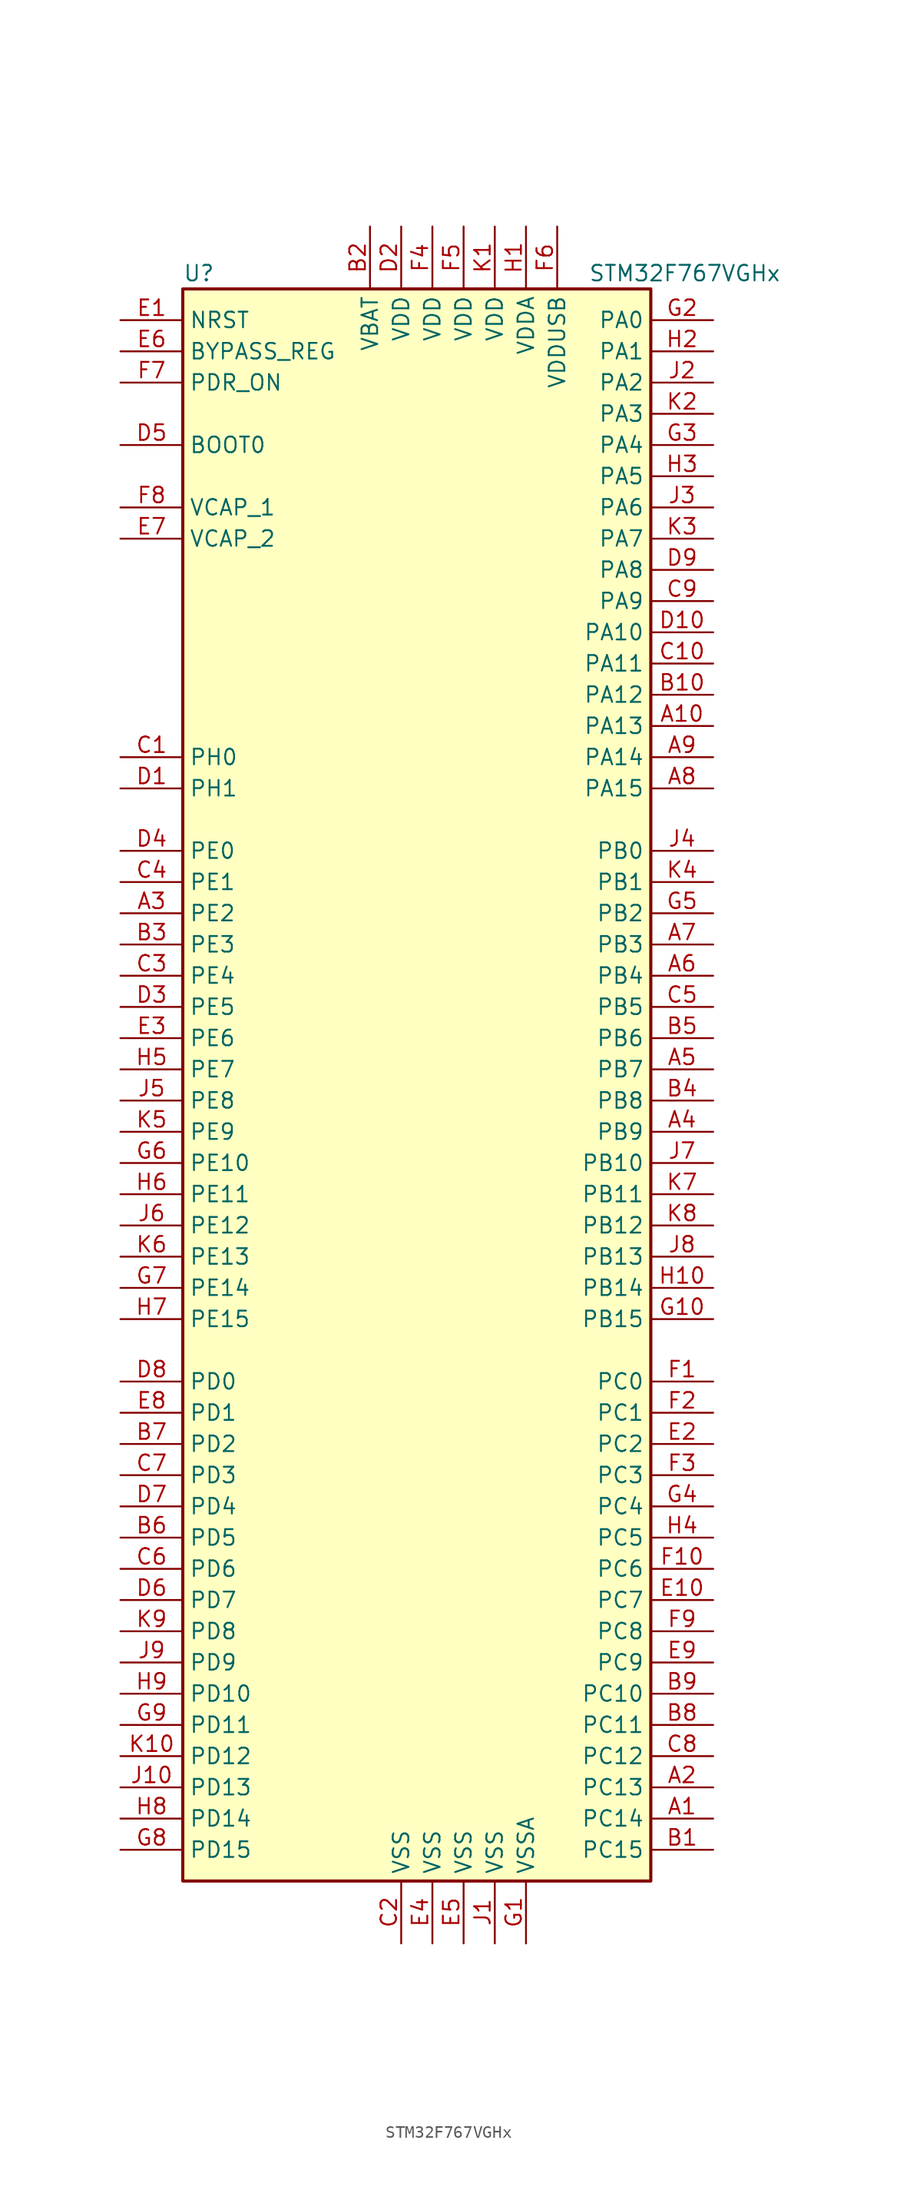
<source format=kicad_sym>
(kicad_symbol_lib
  (version 20201005)
  (generator kicad_symbol_editor)
  (symbol "MCU_ST_STM32F7:STM32F767VGHx"
    (property "Reference" "U"
      (at -20.32 64.77 0)
      (effects (font (size 1.27 1.27)) (justify left)))
    (property "Value" "STM32F767VGHx"
      (at 12.7 64.77 0)
      (effects (font (size 1.27 1.27)) (justify left)))
    (symbol "STM32F767VGHx_0_1"
      (rectangle (start -20.32 -66.04) (end 17.78 63.5) (stroke (width 0.254)) (fill (type background))))
    (symbol "STM32F767VGHx_1_1"
      (pin input line (at -25.4 50.8 0) (length 5.08) (name "BOOT0" (effects (font (size 1.27 1.27)))) (number "D5" (effects (font (size 1.27 1.27)))))
      (pin input line (at -25.4 58.42 0) (length 5.08) (name "BYPASS_REG" (effects (font (size 1.27 1.27)))) (number "E6" (effects (font (size 1.27 1.27)))))
      (pin input line (at -25.4 60.96 0) (length 5.08) (name "NRST" (effects (font (size 1.27 1.27)))) (number "E1" (effects (font (size 1.27 1.27)))))
      (pin bidirectional line (at 22.86 60.96 180) (length 5.08) (name "PA0" (effects (font (size 1.27 1.27)))) (number "G2" (effects (font (size 1.27 1.27)))))
      (pin bidirectional line (at 22.86 58.42 180) (length 5.08) (name "PA1" (effects (font (size 1.27 1.27)))) (number "H2" (effects (font (size 1.27 1.27)))))
      (pin bidirectional line (at 22.86 35.56 180) (length 5.08) (name "PA10" (effects (font (size 1.27 1.27)))) (number "D10" (effects (font (size 1.27 1.27)))))
      (pin bidirectional line (at 22.86 33.02 180) (length 5.08) (name "PA11" (effects (font (size 1.27 1.27)))) (number "C10" (effects (font (size 1.27 1.27)))))
      (pin bidirectional line (at 22.86 30.48 180) (length 5.08) (name "PA12" (effects (font (size 1.27 1.27)))) (number "B10" (effects (font (size 1.27 1.27)))))
      (pin bidirectional line (at 22.86 27.94 180) (length 5.08) (name "PA13" (effects (font (size 1.27 1.27)))) (number "A10" (effects (font (size 1.27 1.27)))))
      (pin bidirectional line (at 22.86 25.4 180) (length 5.08) (name "PA14" (effects (font (size 1.27 1.27)))) (number "A9" (effects (font (size 1.27 1.27)))))
      (pin bidirectional line (at 22.86 22.86 180) (length 5.08) (name "PA15" (effects (font (size 1.27 1.27)))) (number "A8" (effects (font (size 1.27 1.27)))))
      (pin bidirectional line (at 22.86 55.88 180) (length 5.08) (name "PA2" (effects (font (size 1.27 1.27)))) (number "J2" (effects (font (size 1.27 1.27)))))
      (pin bidirectional line (at 22.86 53.34 180) (length 5.08) (name "PA3" (effects (font (size 1.27 1.27)))) (number "K2" (effects (font (size 1.27 1.27)))))
      (pin bidirectional line (at 22.86 50.8 180) (length 5.08) (name "PA4" (effects (font (size 1.27 1.27)))) (number "G3" (effects (font (size 1.27 1.27)))))
      (pin bidirectional line (at 22.86 48.26 180) (length 5.08) (name "PA5" (effects (font (size 1.27 1.27)))) (number "H3" (effects (font (size 1.27 1.27)))))
      (pin bidirectional line (at 22.86 45.72 180) (length 5.08) (name "PA6" (effects (font (size 1.27 1.27)))) (number "J3" (effects (font (size 1.27 1.27)))))
      (pin bidirectional line (at 22.86 43.18 180) (length 5.08) (name "PA7" (effects (font (size 1.27 1.27)))) (number "K3" (effects (font (size 1.27 1.27)))))
      (pin bidirectional line (at 22.86 40.64 180) (length 5.08) (name "PA8" (effects (font (size 1.27 1.27)))) (number "D9" (effects (font (size 1.27 1.27)))))
      (pin bidirectional line (at 22.86 38.1 180) (length 5.08) (name "PA9" (effects (font (size 1.27 1.27)))) (number "C9" (effects (font (size 1.27 1.27)))))
      (pin bidirectional line (at 22.86 17.78 180) (length 5.08) (name "PB0" (effects (font (size 1.27 1.27)))) (number "J4" (effects (font (size 1.27 1.27)))))
      (pin bidirectional line (at 22.86 15.24 180) (length 5.08) (name "PB1" (effects (font (size 1.27 1.27)))) (number "K4" (effects (font (size 1.27 1.27)))))
      (pin bidirectional line (at 22.86 -7.62 180) (length 5.08) (name "PB10" (effects (font (size 1.27 1.27)))) (number "J7" (effects (font (size 1.27 1.27)))))
      (pin bidirectional line (at 22.86 -10.16 180) (length 5.08) (name "PB11" (effects (font (size 1.27 1.27)))) (number "K7" (effects (font (size 1.27 1.27)))))
      (pin bidirectional line (at 22.86 -12.7 180) (length 5.08) (name "PB12" (effects (font (size 1.27 1.27)))) (number "K8" (effects (font (size 1.27 1.27)))))
      (pin bidirectional line (at 22.86 -15.24 180) (length 5.08) (name "PB13" (effects (font (size 1.27 1.27)))) (number "J8" (effects (font (size 1.27 1.27)))))
      (pin bidirectional line (at 22.86 -17.78 180) (length 5.08) (name "PB14" (effects (font (size 1.27 1.27)))) (number "H10" (effects (font (size 1.27 1.27)))))
      (pin bidirectional line (at 22.86 -20.32 180) (length 5.08) (name "PB15" (effects (font (size 1.27 1.27)))) (number "G10" (effects (font (size 1.27 1.27)))))
      (pin bidirectional line (at 22.86 12.7 180) (length 5.08) (name "PB2" (effects (font (size 1.27 1.27)))) (number "G5" (effects (font (size 1.27 1.27)))))
      (pin bidirectional line (at 22.86 10.16 180) (length 5.08) (name "PB3" (effects (font (size 1.27 1.27)))) (number "A7" (effects (font (size 1.27 1.27)))))
      (pin bidirectional line (at 22.86 7.62 180) (length 5.08) (name "PB4" (effects (font (size 1.27 1.27)))) (number "A6" (effects (font (size 1.27 1.27)))))
      (pin bidirectional line (at 22.86 5.08 180) (length 5.08) (name "PB5" (effects (font (size 1.27 1.27)))) (number "C5" (effects (font (size 1.27 1.27)))))
      (pin bidirectional line (at 22.86 2.54 180) (length 5.08) (name "PB6" (effects (font (size 1.27 1.27)))) (number "B5" (effects (font (size 1.27 1.27)))))
      (pin bidirectional line (at 22.86 0 180) (length 5.08) (name "PB7" (effects (font (size 1.27 1.27)))) (number "A5" (effects (font (size 1.27 1.27)))))
      (pin bidirectional line (at 22.86 -2.54 180) (length 5.08) (name "PB8" (effects (font (size 1.27 1.27)))) (number "B4" (effects (font (size 1.27 1.27)))))
      (pin bidirectional line (at 22.86 -5.08 180) (length 5.08) (name "PB9" (effects (font (size 1.27 1.27)))) (number "A4" (effects (font (size 1.27 1.27)))))
      (pin bidirectional line (at 22.86 -25.4 180) (length 5.08) (name "PC0" (effects (font (size 1.27 1.27)))) (number "F1" (effects (font (size 1.27 1.27)))))
      (pin bidirectional line (at 22.86 -27.94 180) (length 5.08) (name "PC1" (effects (font (size 1.27 1.27)))) (number "F2" (effects (font (size 1.27 1.27)))))
      (pin bidirectional line (at 22.86 -50.8 180) (length 5.08) (name "PC10" (effects (font (size 1.27 1.27)))) (number "B9" (effects (font (size 1.27 1.27)))))
      (pin bidirectional line (at 22.86 -53.34 180) (length 5.08) (name "PC11" (effects (font (size 1.27 1.27)))) (number "B8" (effects (font (size 1.27 1.27)))))
      (pin bidirectional line (at 22.86 -55.88 180) (length 5.08) (name "PC12" (effects (font (size 1.27 1.27)))) (number "C8" (effects (font (size 1.27 1.27)))))
      (pin bidirectional line (at 22.86 -58.42 180) (length 5.08) (name "PC13" (effects (font (size 1.27 1.27)))) (number "A2" (effects (font (size 1.27 1.27)))))
      (pin bidirectional line (at 22.86 -60.96 180) (length 5.08) (name "PC14" (effects (font (size 1.27 1.27)))) (number "A1" (effects (font (size 1.27 1.27)))))
      (pin bidirectional line (at 22.86 -63.5 180) (length 5.08) (name "PC15" (effects (font (size 1.27 1.27)))) (number "B1" (effects (font (size 1.27 1.27)))))
      (pin bidirectional line (at 22.86 -30.48 180) (length 5.08) (name "PC2" (effects (font (size 1.27 1.27)))) (number "E2" (effects (font (size 1.27 1.27)))))
      (pin bidirectional line (at 22.86 -33.02 180) (length 5.08) (name "PC3" (effects (font (size 1.27 1.27)))) (number "F3" (effects (font (size 1.27 1.27)))))
      (pin bidirectional line (at 22.86 -35.56 180) (length 5.08) (name "PC4" (effects (font (size 1.27 1.27)))) (number "G4" (effects (font (size 1.27 1.27)))))
      (pin bidirectional line (at 22.86 -38.1 180) (length 5.08) (name "PC5" (effects (font (size 1.27 1.27)))) (number "H4" (effects (font (size 1.27 1.27)))))
      (pin bidirectional line (at 22.86 -40.64 180) (length 5.08) (name "PC6" (effects (font (size 1.27 1.27)))) (number "F10" (effects (font (size 1.27 1.27)))))
      (pin bidirectional line (at 22.86 -43.18 180) (length 5.08) (name "PC7" (effects (font (size 1.27 1.27)))) (number "E10" (effects (font (size 1.27 1.27)))))
      (pin bidirectional line (at 22.86 -45.72 180) (length 5.08) (name "PC8" (effects (font (size 1.27 1.27)))) (number "F9" (effects (font (size 1.27 1.27)))))
      (pin bidirectional line (at 22.86 -48.26 180) (length 5.08) (name "PC9" (effects (font (size 1.27 1.27)))) (number "E9" (effects (font (size 1.27 1.27)))))
      (pin bidirectional line (at -25.4 -25.4 0) (length 5.08) (name "PD0" (effects (font (size 1.27 1.27)))) (number "D8" (effects (font (size 1.27 1.27)))))
      (pin bidirectional line (at -25.4 -27.94 0) (length 5.08) (name "PD1" (effects (font (size 1.27 1.27)))) (number "E8" (effects (font (size 1.27 1.27)))))
      (pin bidirectional line (at -25.4 -50.8 0) (length 5.08) (name "PD10" (effects (font (size 1.27 1.27)))) (number "H9" (effects (font (size 1.27 1.27)))))
      (pin bidirectional line (at -25.4 -53.34 0) (length 5.08) (name "PD11" (effects (font (size 1.27 1.27)))) (number "G9" (effects (font (size 1.27 1.27)))))
      (pin bidirectional line (at -25.4 -55.88 0) (length 5.08) (name "PD12" (effects (font (size 1.27 1.27)))) (number "K10" (effects (font (size 1.27 1.27)))))
      (pin bidirectional line (at -25.4 -58.42 0) (length 5.08) (name "PD13" (effects (font (size 1.27 1.27)))) (number "J10" (effects (font (size 1.27 1.27)))))
      (pin bidirectional line (at -25.4 -60.96 0) (length 5.08) (name "PD14" (effects (font (size 1.27 1.27)))) (number "H8" (effects (font (size 1.27 1.27)))))
      (pin bidirectional line (at -25.4 -63.5 0) (length 5.08) (name "PD15" (effects (font (size 1.27 1.27)))) (number "G8" (effects (font (size 1.27 1.27)))))
      (pin bidirectional line (at -25.4 -30.48 0) (length 5.08) (name "PD2" (effects (font (size 1.27 1.27)))) (number "B7" (effects (font (size 1.27 1.27)))))
      (pin bidirectional line (at -25.4 -33.02 0) (length 5.08) (name "PD3" (effects (font (size 1.27 1.27)))) (number "C7" (effects (font (size 1.27 1.27)))))
      (pin bidirectional line (at -25.4 -35.56 0) (length 5.08) (name "PD4" (effects (font (size 1.27 1.27)))) (number "D7" (effects (font (size 1.27 1.27)))))
      (pin bidirectional line (at -25.4 -38.1 0) (length 5.08) (name "PD5" (effects (font (size 1.27 1.27)))) (number "B6" (effects (font (size 1.27 1.27)))))
      (pin bidirectional line (at -25.4 -40.64 0) (length 5.08) (name "PD6" (effects (font (size 1.27 1.27)))) (number "C6" (effects (font (size 1.27 1.27)))))
      (pin bidirectional line (at -25.4 -43.18 0) (length 5.08) (name "PD7" (effects (font (size 1.27 1.27)))) (number "D6" (effects (font (size 1.27 1.27)))))
      (pin bidirectional line (at -25.4 -45.72 0) (length 5.08) (name "PD8" (effects (font (size 1.27 1.27)))) (number "K9" (effects (font (size 1.27 1.27)))))
      (pin bidirectional line (at -25.4 -48.26 0) (length 5.08) (name "PD9" (effects (font (size 1.27 1.27)))) (number "J9" (effects (font (size 1.27 1.27)))))
      (pin input line (at -25.4 55.88 0) (length 5.08) (name "PDR_ON" (effects (font (size 1.27 1.27)))) (number "F7" (effects (font (size 1.27 1.27)))))
      (pin bidirectional line (at -25.4 17.78 0) (length 5.08) (name "PE0" (effects (font (size 1.27 1.27)))) (number "D4" (effects (font (size 1.27 1.27)))))
      (pin bidirectional line (at -25.4 15.24 0) (length 5.08) (name "PE1" (effects (font (size 1.27 1.27)))) (number "C4" (effects (font (size 1.27 1.27)))))
      (pin bidirectional line (at -25.4 -7.62 0) (length 5.08) (name "PE10" (effects (font (size 1.27 1.27)))) (number "G6" (effects (font (size 1.27 1.27)))))
      (pin bidirectional line (at -25.4 -10.16 0) (length 5.08) (name "PE11" (effects (font (size 1.27 1.27)))) (number "H6" (effects (font (size 1.27 1.27)))))
      (pin bidirectional line (at -25.4 -12.7 0) (length 5.08) (name "PE12" (effects (font (size 1.27 1.27)))) (number "J6" (effects (font (size 1.27 1.27)))))
      (pin bidirectional line (at -25.4 -15.24 0) (length 5.08) (name "PE13" (effects (font (size 1.27 1.27)))) (number "K6" (effects (font (size 1.27 1.27)))))
      (pin bidirectional line (at -25.4 -17.78 0) (length 5.08) (name "PE14" (effects (font (size 1.27 1.27)))) (number "G7" (effects (font (size 1.27 1.27)))))
      (pin bidirectional line (at -25.4 -20.32 0) (length 5.08) (name "PE15" (effects (font (size 1.27 1.27)))) (number "H7" (effects (font (size 1.27 1.27)))))
      (pin bidirectional line (at -25.4 12.7 0) (length 5.08) (name "PE2" (effects (font (size 1.27 1.27)))) (number "A3" (effects (font (size 1.27 1.27)))))
      (pin bidirectional line (at -25.4 10.16 0) (length 5.08) (name "PE3" (effects (font (size 1.27 1.27)))) (number "B3" (effects (font (size 1.27 1.27)))))
      (pin bidirectional line (at -25.4 7.62 0) (length 5.08) (name "PE4" (effects (font (size 1.27 1.27)))) (number "C3" (effects (font (size 1.27 1.27)))))
      (pin bidirectional line (at -25.4 5.08 0) (length 5.08) (name "PE5" (effects (font (size 1.27 1.27)))) (number "D3" (effects (font (size 1.27 1.27)))))
      (pin bidirectional line (at -25.4 2.54 0) (length 5.08) (name "PE6" (effects (font (size 1.27 1.27)))) (number "E3" (effects (font (size 1.27 1.27)))))
      (pin bidirectional line (at -25.4 0 0) (length 5.08) (name "PE7" (effects (font (size 1.27 1.27)))) (number "H5" (effects (font (size 1.27 1.27)))))
      (pin bidirectional line (at -25.4 -2.54 0) (length 5.08) (name "PE8" (effects (font (size 1.27 1.27)))) (number "J5" (effects (font (size 1.27 1.27)))))
      (pin bidirectional line (at -25.4 -5.08 0) (length 5.08) (name "PE9" (effects (font (size 1.27 1.27)))) (number "K5" (effects (font (size 1.27 1.27)))))
      (pin input line (at -25.4 25.4 0) (length 5.08) (name "PH0" (effects (font (size 1.27 1.27)))) (number "C1" (effects (font (size 1.27 1.27)))))
      (pin input line (at -25.4 22.86 0) (length 5.08) (name "PH1" (effects (font (size 1.27 1.27)))) (number "D1" (effects (font (size 1.27 1.27)))))
      (pin power_in line (at -5.08 68.58 270) (length 5.08) (name "VBAT" (effects (font (size 1.27 1.27)))) (number "B2" (effects (font (size 1.27 1.27)))))
      (pin power_in line (at -25.4 45.72 0) (length 5.08) (name "VCAP_1" (effects (font (size 1.27 1.27)))) (number "F8" (effects (font (size 1.27 1.27)))))
      (pin power_in line (at -25.4 43.18 0) (length 5.08) (name "VCAP_2" (effects (font (size 1.27 1.27)))) (number "E7" (effects (font (size 1.27 1.27)))))
      (pin power_in line (at -2.54 68.58 270) (length 5.08) (name "VDD" (effects (font (size 1.27 1.27)))) (number "D2" (effects (font (size 1.27 1.27)))))
      (pin power_in line (at 0 68.58 270) (length 5.08) (name "VDD" (effects (font (size 1.27 1.27)))) (number "F4" (effects (font (size 1.27 1.27)))))
      (pin power_in line (at 2.54 68.58 270) (length 5.08) (name "VDD" (effects (font (size 1.27 1.27)))) (number "F5" (effects (font (size 1.27 1.27)))))
      (pin power_in line (at 5.08 68.58 270) (length 5.08) (name "VDD" (effects (font (size 1.27 1.27)))) (number "K1" (effects (font (size 1.27 1.27)))))
      (pin power_in line (at 7.62 68.58 270) (length 5.08) (name "VDDA" (effects (font (size 1.27 1.27)))) (number "H1" (effects (font (size 1.27 1.27)))))
      (pin power_in line (at 10.16 68.58 270) (length 5.08) (name "VDDUSB" (effects (font (size 1.27 1.27)))) (number "F6" (effects (font (size 1.27 1.27)))))
      (pin power_in line (at -2.54 -71.12 90) (length 5.08) (name "VSS" (effects (font (size 1.27 1.27)))) (number "C2" (effects (font (size 1.27 1.27)))))
      (pin power_in line (at 0 -71.12 90) (length 5.08) (name "VSS" (effects (font (size 1.27 1.27)))) (number "E4" (effects (font (size 1.27 1.27)))))
      (pin power_in line (at 2.54 -71.12 90) (length 5.08) (name "VSS" (effects (font (size 1.27 1.27)))) (number "E5" (effects (font (size 1.27 1.27)))))
      (pin power_in line (at 5.08 -71.12 90) (length 5.08) (name "VSS" (effects (font (size 1.27 1.27)))) (number "J1" (effects (font (size 1.27 1.27)))))
      (pin power_in line (at 7.62 -71.12 90) (length 5.08) (name "VSSA" (effects (font (size 1.27 1.27)))) (number "G1" (effects (font (size 1.27 1.27))))))))
</source>
